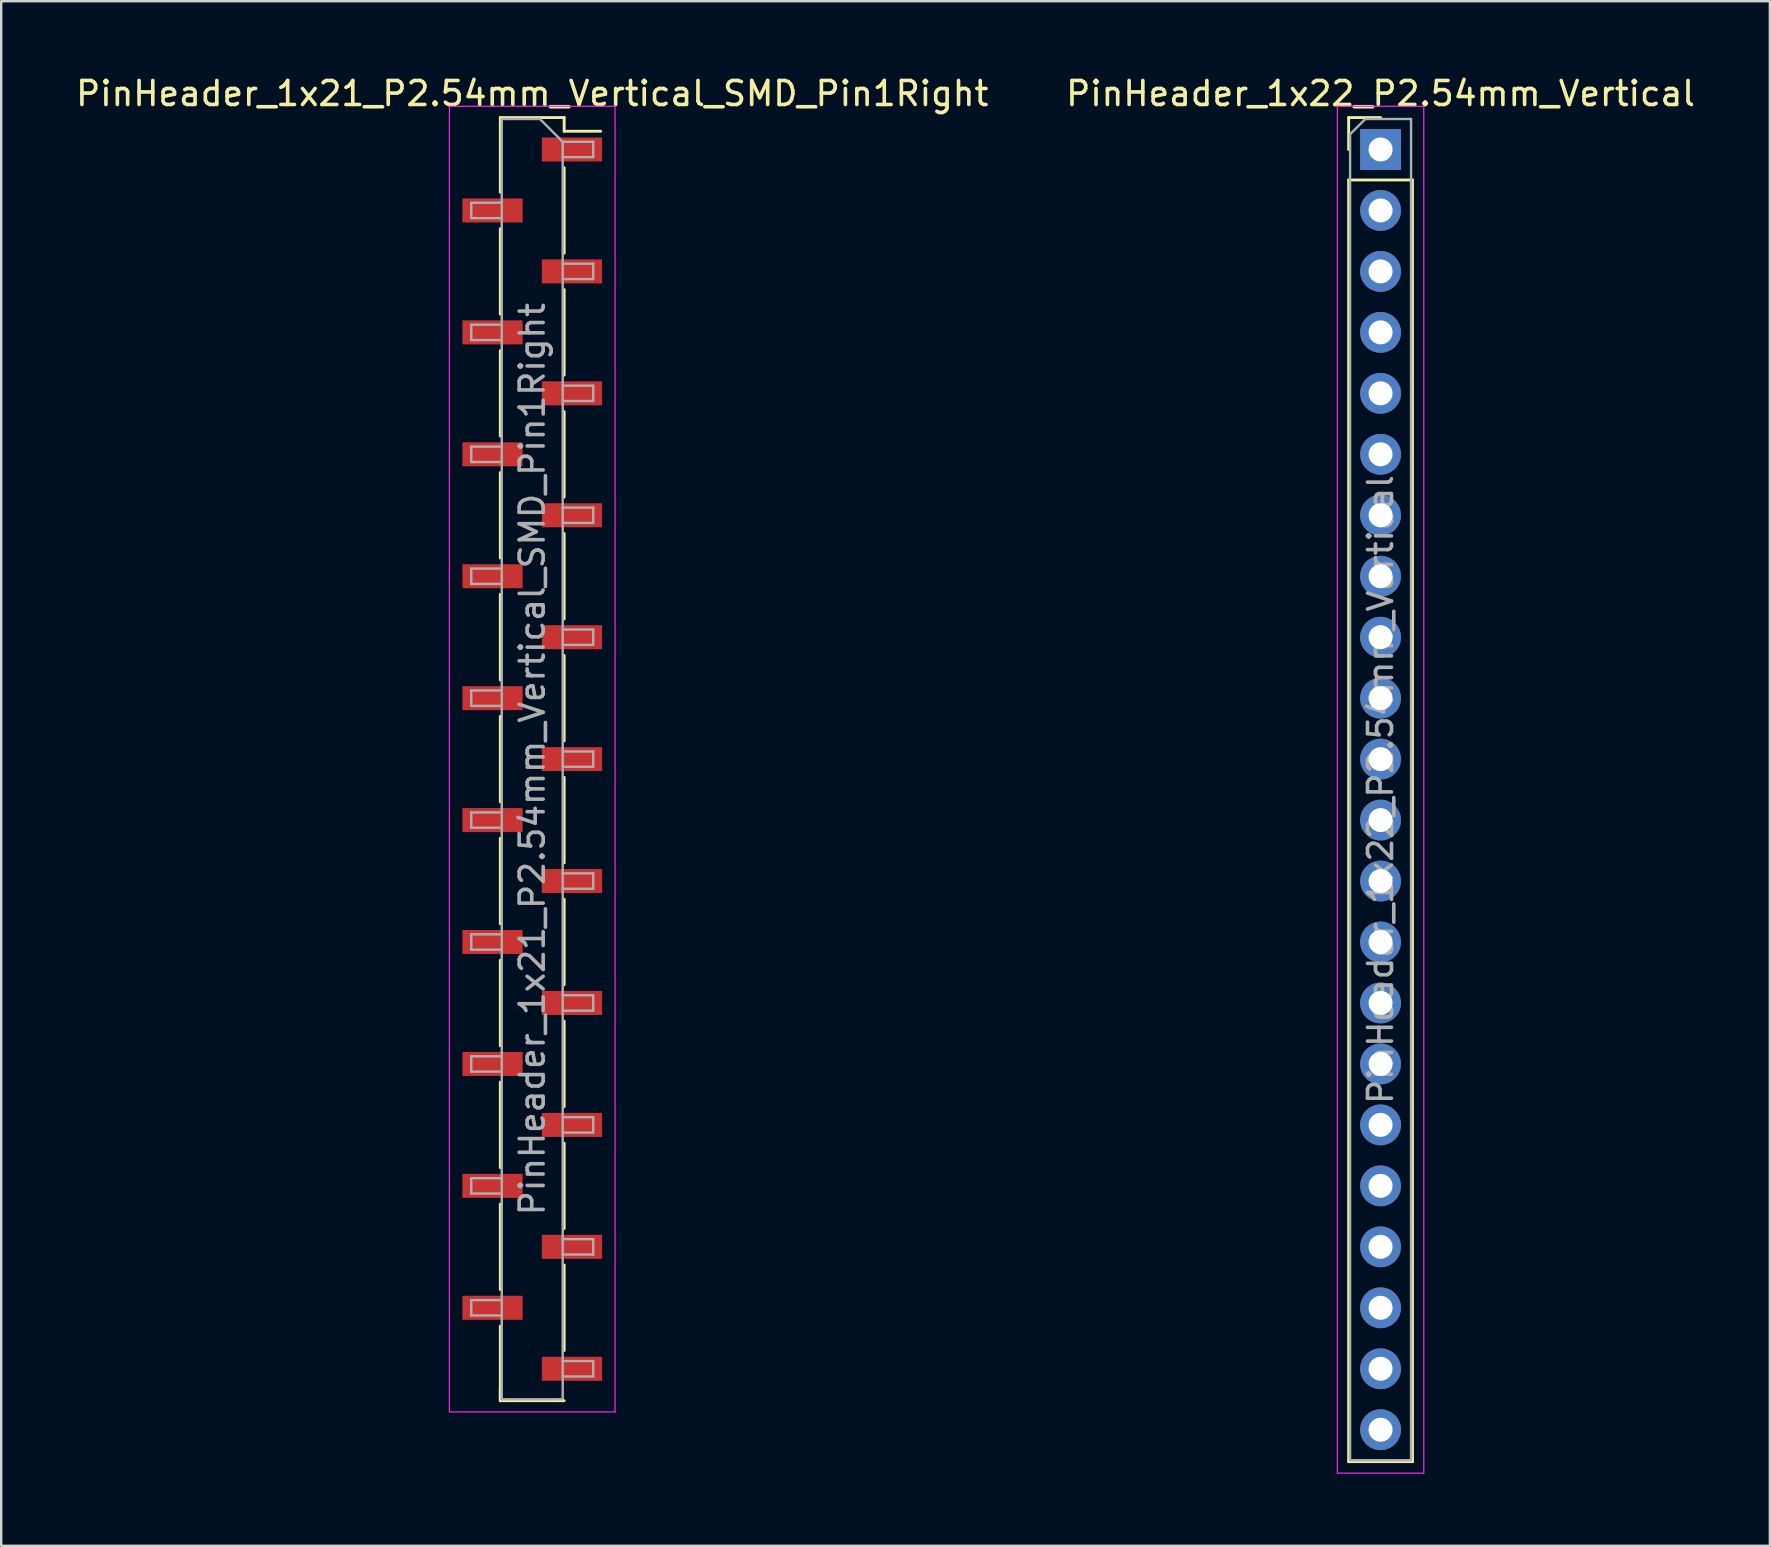
<source format=kicad_pcb>
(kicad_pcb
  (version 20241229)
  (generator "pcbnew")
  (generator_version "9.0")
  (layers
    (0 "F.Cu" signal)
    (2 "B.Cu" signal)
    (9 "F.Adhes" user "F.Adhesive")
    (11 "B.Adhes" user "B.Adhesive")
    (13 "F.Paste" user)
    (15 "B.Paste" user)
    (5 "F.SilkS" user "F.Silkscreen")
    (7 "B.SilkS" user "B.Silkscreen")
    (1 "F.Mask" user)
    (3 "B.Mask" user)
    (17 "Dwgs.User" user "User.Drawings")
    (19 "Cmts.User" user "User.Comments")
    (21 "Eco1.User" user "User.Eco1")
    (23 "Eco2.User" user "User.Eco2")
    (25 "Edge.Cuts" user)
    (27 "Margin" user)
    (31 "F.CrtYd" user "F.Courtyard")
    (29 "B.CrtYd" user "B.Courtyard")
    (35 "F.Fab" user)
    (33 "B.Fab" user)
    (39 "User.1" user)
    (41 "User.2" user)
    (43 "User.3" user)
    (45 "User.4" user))
  (footprint "PinHeader_1x22_P2.54mm_Vertical"
    (layer "F.Cu")
    (at 54.47 3.178)
    (property "Reference" "PinHeader_1x22_P2.54mm_Vertical" (at 0 -2.33 0) (layer "F.SilkS") (effects (font (size 1 1) (thickness 0.15))))
    (attr through_hole)
    (fp_line (start -1.33 -1.33) (end 0 -1.33) (stroke (width 0.12) (type solid)) (layer "F.SilkS"))
    (fp_line (start -1.33 0) (end -1.33 -1.33) (stroke (width 0.12) (type solid)) (layer "F.SilkS"))
    (fp_line (start -1.33 1.27) (end -1.33 54.67) (stroke (width 0.12) (type solid)) (layer "F.SilkS"))
    (fp_line (start -1.33 1.27) (end 1.33 1.27) (stroke (width 0.12) (type solid)) (layer "F.SilkS"))
    (fp_line (start -1.33 54.67) (end 1.33 54.67) (stroke (width 0.12) (type solid)) (layer "F.SilkS"))
    (fp_line (start 1.33 1.27) (end 1.33 54.67) (stroke (width 0.12) (type solid)) (layer "F.SilkS"))
    (fp_line (start -1.8 -1.8) (end -1.8 55.15) (stroke (width 0.05) (type solid)) (layer "F.CrtYd"))
    (fp_line (start -1.8 55.15) (end 1.8 55.15) (stroke (width 0.05) (type solid)) (layer "F.CrtYd"))
    (fp_line (start 1.8 -1.8) (end -1.8 -1.8) (stroke (width 0.05) (type solid)) (layer "F.CrtYd"))
    (fp_line (start 1.8 55.15) (end 1.8 -1.8) (stroke (width 0.05) (type solid)) (layer "F.CrtYd"))
    (fp_line (start -1.27 -0.635) (end -0.635 -1.27) (stroke (width 0.1) (type solid)) (layer "F.Fab"))
    (fp_line (start -1.27 54.61) (end -1.27 -0.635) (stroke (width 0.1) (type solid)) (layer "F.Fab"))
    (fp_line (start -0.635 -1.27) (end 1.27 -1.27) (stroke (width 0.1) (type solid)) (layer "F.Fab"))
    (fp_line (start 1.27 -1.27) (end 1.27 54.61) (stroke (width 0.1) (type solid)) (layer "F.Fab"))
    (fp_line (start 1.27 54.61) (end -1.27 54.61) (stroke (width 0.1) (type solid)) (layer "F.Fab"))
    (fp_text user "${REFERENCE}" (at 0 26.67 90) (layer "F.Fab") (effects (font (size 1 1) (thickness 0.15))))
    (pad "1" thru_hole rect (at 0 0) (size 1.7 1.7) (drill 1) (layers "*.Cu" "*.Mask"))
    (pad "2" thru_hole oval (at 0 2.54) (size 1.7 1.7) (drill 1) (layers "*.Cu" "*.Mask"))
    (pad "3" thru_hole oval (at 0 5.08) (size 1.7 1.7) (drill 1) (layers "*.Cu" "*.Mask"))
    (pad "4" thru_hole oval (at 0 7.62) (size 1.7 1.7) (drill 1) (layers "*.Cu" "*.Mask"))
    (pad "5" thru_hole oval (at 0 10.16) (size 1.7 1.7) (drill 1) (layers "*.Cu" "*.Mask"))
    (pad "6" thru_hole oval (at 0 12.7) (size 1.7 1.7) (drill 1) (layers "*.Cu" "*.Mask"))
    (pad "7" thru_hole oval (at 0 15.24) (size 1.7 1.7) (drill 1) (layers "*.Cu" "*.Mask"))
    (pad "8" thru_hole oval (at 0 17.78) (size 1.7 1.7) (drill 1) (layers "*.Cu" "*.Mask"))
    (pad "9" thru_hole oval (at 0 20.32) (size 1.7 1.7) (drill 1) (layers "*.Cu" "*.Mask"))
    (pad "10" thru_hole oval (at 0 22.86) (size 1.7 1.7) (drill 1) (layers "*.Cu" "*.Mask"))
    (pad "11" thru_hole oval (at 0 25.4) (size 1.7 1.7) (drill 1) (layers "*.Cu" "*.Mask"))
    (pad "12" thru_hole oval (at 0 27.94) (size 1.7 1.7) (drill 1) (layers "*.Cu" "*.Mask"))
    (pad "13" thru_hole oval (at 0 30.48) (size 1.7 1.7) (drill 1) (layers "*.Cu" "*.Mask"))
    (pad "14" thru_hole oval (at 0 33.02) (size 1.7 1.7) (drill 1) (layers "*.Cu" "*.Mask"))
    (pad "15" thru_hole oval (at 0 35.56) (size 1.7 1.7) (drill 1) (layers "*.Cu" "*.Mask"))
    (pad "16" thru_hole oval (at 0 38.1) (size 1.7 1.7) (drill 1) (layers "*.Cu" "*.Mask"))
    (pad "17" thru_hole oval (at 0 40.64) (size 1.7 1.7) (drill 1) (layers "*.Cu" "*.Mask"))
    (pad "18" thru_hole oval (at 0 43.18) (size 1.7 1.7) (drill 1) (layers "*.Cu" "*.Mask"))
    (pad "19" thru_hole oval (at 0 45.72) (size 1.7 1.7) (drill 1) (layers "*.Cu" "*.Mask"))
    (pad "20" thru_hole oval (at 0 48.26) (size 1.7 1.7) (drill 1) (layers "*.Cu" "*.Mask"))
    (pad "21" thru_hole oval (at 0 50.8) (size 1.7 1.7) (drill 1) (layers "*.Cu" "*.Mask"))
    (pad "22" thru_hole oval (at 0 53.34) (size 1.7 1.7) (drill 1) (layers "*.Cu" "*.Mask")))
  (footprint "PinHeader_1x21_P2.54mm_Vertical_SMD_Pin1Right"
    (layer "F.Cu")
    (at 19.125 28.578)
    (property "Reference" "PinHeader_1x21_P2.54mm_Vertical_SMD_Pin1Right" (at 0 -27.73 0) (layer "F.SilkS") (effects (font (size 1 1) (thickness 0.15))))
    (attr smd)
    (fp_line (start -1.33 -26.73) (end -1.33 -23.62) (stroke (width 0.12) (type solid)) (layer "F.SilkS"))
    (fp_line (start -1.33 -26.73) (end 1.33 -26.73) (stroke (width 0.12) (type solid)) (layer "F.SilkS"))
    (fp_line (start -1.33 -22.1) (end -1.33 -18.54) (stroke (width 0.12) (type solid)) (layer "F.SilkS"))
    (fp_line (start -1.33 -17.02) (end -1.33 -13.46) (stroke (width 0.12) (type solid)) (layer "F.SilkS"))
    (fp_line (start -1.33 -11.94) (end -1.33 -8.38) (stroke (width 0.12) (type solid)) (layer "F.SilkS"))
    (fp_line (start -1.33 -6.86) (end -1.33 -3.3) (stroke (width 0.12) (type solid)) (layer "F.SilkS"))
    (fp_line (start -1.33 -1.78) (end -1.33 1.78) (stroke (width 0.12) (type solid)) (layer "F.SilkS"))
    (fp_line (start -1.33 3.3) (end -1.33 6.86) (stroke (width 0.12) (type solid)) (layer "F.SilkS"))
    (fp_line (start -1.33 8.38) (end -1.33 11.94) (stroke (width 0.12) (type solid)) (layer "F.SilkS"))
    (fp_line (start -1.33 13.46) (end -1.33 17.02) (stroke (width 0.12) (type solid)) (layer "F.SilkS"))
    (fp_line (start -1.33 18.54) (end -1.33 22.1) (stroke (width 0.12) (type solid)) (layer "F.SilkS"))
    (fp_line (start -1.33 23.62) (end -1.33 26.73) (stroke (width 0.12) (type solid)) (layer "F.SilkS"))
    (fp_line (start -1.33 26.16) (end -1.33 26.73) (stroke (width 0.12) (type solid)) (layer "F.SilkS"))
    (fp_line (start -1.33 26.73) (end 1.33 26.73) (stroke (width 0.12) (type solid)) (layer "F.SilkS"))
    (fp_line (start 1.33 -26.73) (end 1.33 -26.16) (stroke (width 0.12) (type solid)) (layer "F.SilkS"))
    (fp_line (start 1.33 -26.16) (end 2.85 -26.16) (stroke (width 0.12) (type solid)) (layer "F.SilkS"))
    (fp_line (start 1.33 -24.64) (end 1.33 -21.08) (stroke (width 0.12) (type solid)) (layer "F.SilkS"))
    (fp_line (start 1.33 -19.56) (end 1.33 -16) (stroke (width 0.12) (type solid)) (layer "F.SilkS"))
    (fp_line (start 1.33 -14.48) (end 1.33 -10.92) (stroke (width 0.12) (type solid)) (layer "F.SilkS"))
    (fp_line (start 1.33 -9.4) (end 1.33 -5.84) (stroke (width 0.12) (type solid)) (layer "F.SilkS"))
    (fp_line (start 1.33 -4.32) (end 1.33 -0.76) (stroke (width 0.12) (type solid)) (layer "F.SilkS"))
    (fp_line (start 1.33 0.76) (end 1.33 4.32) (stroke (width 0.12) (type solid)) (layer "F.SilkS"))
    (fp_line (start 1.33 5.84) (end 1.33 9.4) (stroke (width 0.12) (type solid)) (layer "F.SilkS"))
    (fp_line (start 1.33 10.92) (end 1.33 14.48) (stroke (width 0.12) (type solid)) (layer "F.SilkS"))
    (fp_line (start 1.33 16) (end 1.33 19.56) (stroke (width 0.12) (type solid)) (layer "F.SilkS"))
    (fp_line (start 1.33 21.08) (end 1.33 24.64) (stroke (width 0.12) (type solid)) (layer "F.SilkS"))
    (fp_line (start -3.45 -27.2) (end -3.45 27.2) (stroke (width 0.05) (type solid)) (layer "F.CrtYd"))
    (fp_line (start -3.45 27.2) (end 3.45 27.2) (stroke (width 0.05) (type solid)) (layer "F.CrtYd"))
    (fp_line (start 3.45 -27.2) (end -3.45 -27.2) (stroke (width 0.05) (type solid)) (layer "F.CrtYd"))
    (fp_line (start 3.45 27.2) (end 3.45 -27.2) (stroke (width 0.05) (type solid)) (layer "F.CrtYd"))
    (fp_line (start -2.54 -23.18) (end -2.54 -22.54) (stroke (width 0.1) (type solid)) (layer "F.Fab"))
    (fp_line (start -2.54 -22.54) (end -1.27 -22.54) (stroke (width 0.1) (type solid)) (layer "F.Fab"))
    (fp_line (start -2.54 -18.1) (end -2.54 -17.46) (stroke (width 0.1) (type solid)) (layer "F.Fab"))
    (fp_line (start -2.54 -17.46) (end -1.27 -17.46) (stroke (width 0.1) (type solid)) (layer "F.Fab"))
    (fp_line (start -2.54 -13.02) (end -2.54 -12.38) (stroke (width 0.1) (type solid)) (layer "F.Fab"))
    (fp_line (start -2.54 -12.38) (end -1.27 -12.38) (stroke (width 0.1) (type solid)) (layer "F.Fab"))
    (fp_line (start -2.54 -7.94) (end -2.54 -7.3) (stroke (width 0.1) (type solid)) (layer "F.Fab"))
    (fp_line (start -2.54 -7.3) (end -1.27 -7.3) (stroke (width 0.1) (type solid)) (layer "F.Fab"))
    (fp_line (start -2.54 -2.86) (end -2.54 -2.22) (stroke (width 0.1) (type solid)) (layer "F.Fab"))
    (fp_line (start -2.54 -2.22) (end -1.27 -2.22) (stroke (width 0.1) (type solid)) (layer "F.Fab"))
    (fp_line (start -2.54 2.22) (end -2.54 2.86) (stroke (width 0.1) (type solid)) (layer "F.Fab"))
    (fp_line (start -2.54 2.86) (end -1.27 2.86) (stroke (width 0.1) (type solid)) (layer "F.Fab"))
    (fp_line (start -2.54 7.3) (end -2.54 7.94) (stroke (width 0.1) (type solid)) (layer "F.Fab"))
    (fp_line (start -2.54 7.94) (end -1.27 7.94) (stroke (width 0.1) (type solid)) (layer "F.Fab"))
    (fp_line (start -2.54 12.38) (end -2.54 13.02) (stroke (width 0.1) (type solid)) (layer "F.Fab"))
    (fp_line (start -2.54 13.02) (end -1.27 13.02) (stroke (width 0.1) (type solid)) (layer "F.Fab"))
    (fp_line (start -2.54 17.46) (end -2.54 18.1) (stroke (width 0.1) (type solid)) (layer "F.Fab"))
    (fp_line (start -2.54 18.1) (end -1.27 18.1) (stroke (width 0.1) (type solid)) (layer "F.Fab"))
    (fp_line (start -2.54 22.54) (end -2.54 23.18) (stroke (width 0.1) (type solid)) (layer "F.Fab"))
    (fp_line (start -2.54 23.18) (end -1.27 23.18) (stroke (width 0.1) (type solid)) (layer "F.Fab"))
    (fp_line (start -1.27 -26.67) (end -1.27 26.67) (stroke (width 0.1) (type solid)) (layer "F.Fab"))
    (fp_line (start -1.27 -26.67) (end 0.32 -26.67) (stroke (width 0.1) (type solid)) (layer "F.Fab"))
    (fp_line (start -1.27 -23.18) (end -2.54 -23.18) (stroke (width 0.1) (type solid)) (layer "F.Fab"))
    (fp_line (start -1.27 -18.1) (end -2.54 -18.1) (stroke (width 0.1) (type solid)) (layer "F.Fab"))
    (fp_line (start -1.27 -13.02) (end -2.54 -13.02) (stroke (width 0.1) (type solid)) (layer "F.Fab"))
    (fp_line (start -1.27 -7.94) (end -2.54 -7.94) (stroke (width 0.1) (type solid)) (layer "F.Fab"))
    (fp_line (start -1.27 -2.86) (end -2.54 -2.86) (stroke (width 0.1) (type solid)) (layer "F.Fab"))
    (fp_line (start -1.27 2.22) (end -2.54 2.22) (stroke (width 0.1) (type solid)) (layer "F.Fab"))
    (fp_line (start -1.27 7.3) (end -2.54 7.3) (stroke (width 0.1) (type solid)) (layer "F.Fab"))
    (fp_line (start -1.27 12.38) (end -2.54 12.38) (stroke (width 0.1) (type solid)) (layer "F.Fab"))
    (fp_line (start -1.27 17.46) (end -2.54 17.46) (stroke (width 0.1) (type solid)) (layer "F.Fab"))
    (fp_line (start -1.27 22.54) (end -2.54 22.54) (stroke (width 0.1) (type solid)) (layer "F.Fab"))
    (fp_line (start 1.27 -25.72) (end 0.32 -26.67) (stroke (width 0.1) (type solid)) (layer "F.Fab"))
    (fp_line (start 1.27 -25.72) (end 2.54 -25.72) (stroke (width 0.1) (type solid)) (layer "F.Fab"))
    (fp_line (start 1.27 -20.64) (end 2.54 -20.64) (stroke (width 0.1) (type solid)) (layer "F.Fab"))
    (fp_line (start 1.27 -15.56) (end 2.54 -15.56) (stroke (width 0.1) (type solid)) (layer "F.Fab"))
    (fp_line (start 1.27 -10.48) (end 2.54 -10.48) (stroke (width 0.1) (type solid)) (layer "F.Fab"))
    (fp_line (start 1.27 -5.4) (end 2.54 -5.4) (stroke (width 0.1) (type solid)) (layer "F.Fab"))
    (fp_line (start 1.27 -0.32) (end 2.54 -0.32) (stroke (width 0.1) (type solid)) (layer "F.Fab"))
    (fp_line (start 1.27 4.76) (end 2.54 4.76) (stroke (width 0.1) (type solid)) (layer "F.Fab"))
    (fp_line (start 1.27 9.84) (end 2.54 9.84) (stroke (width 0.1) (type solid)) (layer "F.Fab"))
    (fp_line (start 1.27 14.92) (end 2.54 14.92) (stroke (width 0.1) (type solid)) (layer "F.Fab"))
    (fp_line (start 1.27 20) (end 2.54 20) (stroke (width 0.1) (type solid)) (layer "F.Fab"))
    (fp_line (start 1.27 25.08) (end 2.54 25.08) (stroke (width 0.1) (type solid)) (layer "F.Fab"))
    (fp_line (start 1.27 26.67) (end -1.27 26.67) (stroke (width 0.1) (type solid)) (layer "F.Fab"))
    (fp_line (start 1.27 26.67) (end 1.27 -25.72) (stroke (width 0.1) (type solid)) (layer "F.Fab"))
    (fp_line (start 2.54 -25.72) (end 2.54 -25.08) (stroke (width 0.1) (type solid)) (layer "F.Fab"))
    (fp_line (start 2.54 -25.08) (end 1.27 -25.08) (stroke (width 0.1) (type solid)) (layer "F.Fab"))
    (fp_line (start 2.54 -20.64) (end 2.54 -20) (stroke (width 0.1) (type solid)) (layer "F.Fab"))
    (fp_line (start 2.54 -20) (end 1.27 -20) (stroke (width 0.1) (type solid)) (layer "F.Fab"))
    (fp_line (start 2.54 -15.56) (end 2.54 -14.92) (stroke (width 0.1) (type solid)) (layer "F.Fab"))
    (fp_line (start 2.54 -14.92) (end 1.27 -14.92) (stroke (width 0.1) (type solid)) (layer "F.Fab"))
    (fp_line (start 2.54 -10.48) (end 2.54 -9.84) (stroke (width 0.1) (type solid)) (layer "F.Fab"))
    (fp_line (start 2.54 -9.84) (end 1.27 -9.84) (stroke (width 0.1) (type solid)) (layer "F.Fab"))
    (fp_line (start 2.54 -5.4) (end 2.54 -4.76) (stroke (width 0.1) (type solid)) (layer "F.Fab"))
    (fp_line (start 2.54 -4.76) (end 1.27 -4.76) (stroke (width 0.1) (type solid)) (layer "F.Fab"))
    (fp_line (start 2.54 -0.32) (end 2.54 0.32) (stroke (width 0.1) (type solid)) (layer "F.Fab"))
    (fp_line (start 2.54 0.32) (end 1.27 0.32) (stroke (width 0.1) (type solid)) (layer "F.Fab"))
    (fp_line (start 2.54 4.76) (end 2.54 5.4) (stroke (width 0.1) (type solid)) (layer "F.Fab"))
    (fp_line (start 2.54 5.4) (end 1.27 5.4) (stroke (width 0.1) (type solid)) (layer "F.Fab"))
    (fp_line (start 2.54 9.84) (end 2.54 10.48) (stroke (width 0.1) (type solid)) (layer "F.Fab"))
    (fp_line (start 2.54 10.48) (end 1.27 10.48) (stroke (width 0.1) (type solid)) (layer "F.Fab"))
    (fp_line (start 2.54 14.92) (end 2.54 15.56) (stroke (width 0.1) (type solid)) (layer "F.Fab"))
    (fp_line (start 2.54 15.56) (end 1.27 15.56) (stroke (width 0.1) (type solid)) (layer "F.Fab"))
    (fp_line (start 2.54 20) (end 2.54 20.64) (stroke (width 0.1) (type solid)) (layer "F.Fab"))
    (fp_line (start 2.54 20.64) (end 1.27 20.64) (stroke (width 0.1) (type solid)) (layer "F.Fab"))
    (fp_line (start 2.54 25.08) (end 2.54 25.72) (stroke (width 0.1) (type solid)) (layer "F.Fab"))
    (fp_line (start 2.54 25.72) (end 1.27 25.72) (stroke (width 0.1) (type solid)) (layer "F.Fab"))
    (fp_text user "${REFERENCE}" (at 0 0 90) (layer "F.Fab") (effects (font (size 1 1) (thickness 0.15))))
    (pad "1" smd rect (at 1.655 -25.4) (size 2.51 1) (layers "F.Cu" "F.Mask" "F.Paste"))
    (pad "2" smd rect (at -1.655 -22.86) (size 2.51 1) (layers "F.Cu" "F.Mask" "F.Paste"))
    (pad "3" smd rect (at 1.655 -20.32) (size 2.51 1) (layers "F.Cu" "F.Mask" "F.Paste"))
    (pad "4" smd rect (at -1.655 -17.78) (size 2.51 1) (layers "F.Cu" "F.Mask" "F.Paste"))
    (pad "5" smd rect (at 1.655 -15.24) (size 2.51 1) (layers "F.Cu" "F.Mask" "F.Paste"))
    (pad "6" smd rect (at -1.655 -12.7) (size 2.51 1) (layers "F.Cu" "F.Mask" "F.Paste"))
    (pad "7" smd rect (at 1.655 -10.16) (size 2.51 1) (layers "F.Cu" "F.Mask" "F.Paste"))
    (pad "8" smd rect (at -1.655 -7.62) (size 2.51 1) (layers "F.Cu" "F.Mask" "F.Paste"))
    (pad "9" smd rect (at 1.655 -5.08) (size 2.51 1) (layers "F.Cu" "F.Mask" "F.Paste"))
    (pad "10" smd rect (at -1.655 -2.54) (size 2.51 1) (layers "F.Cu" "F.Mask" "F.Paste"))
    (pad "11" smd rect (at 1.655 0) (size 2.51 1) (layers "F.Cu" "F.Mask" "F.Paste"))
    (pad "12" smd rect (at -1.655 2.54) (size 2.51 1) (layers "F.Cu" "F.Mask" "F.Paste"))
    (pad "13" smd rect (at 1.655 5.08) (size 2.51 1) (layers "F.Cu" "F.Mask" "F.Paste"))
    (pad "14" smd rect (at -1.655 7.62) (size 2.51 1) (layers "F.Cu" "F.Mask" "F.Paste"))
    (pad "15" smd rect (at 1.655 10.16) (size 2.51 1) (layers "F.Cu" "F.Mask" "F.Paste"))
    (pad "16" smd rect (at -1.655 12.7) (size 2.51 1) (layers "F.Cu" "F.Mask" "F.Paste"))
    (pad "17" smd rect (at 1.655 15.24) (size 2.51 1) (layers "F.Cu" "F.Mask" "F.Paste"))
    (pad "18" smd rect (at -1.655 17.78) (size 2.51 1) (layers "F.Cu" "F.Mask" "F.Paste"))
    (pad "19" smd rect (at 1.655 20.32) (size 2.51 1) (layers "F.Cu" "F.Mask" "F.Paste"))
    (pad "20" smd rect (at -1.655 22.86) (size 2.51 1) (layers "F.Cu" "F.Mask" "F.Paste"))
    (pad "21" smd rect (at 1.655 25.4) (size 2.51 1) (layers "F.Cu" "F.Mask" "F.Paste")))
  (gr_rect
    (start -3 -3)
    (end 70.69 61.353)
    (stroke (width 0.1) (type default))
    (fill no)
    (layer "Edge.Cuts")))
</source>
